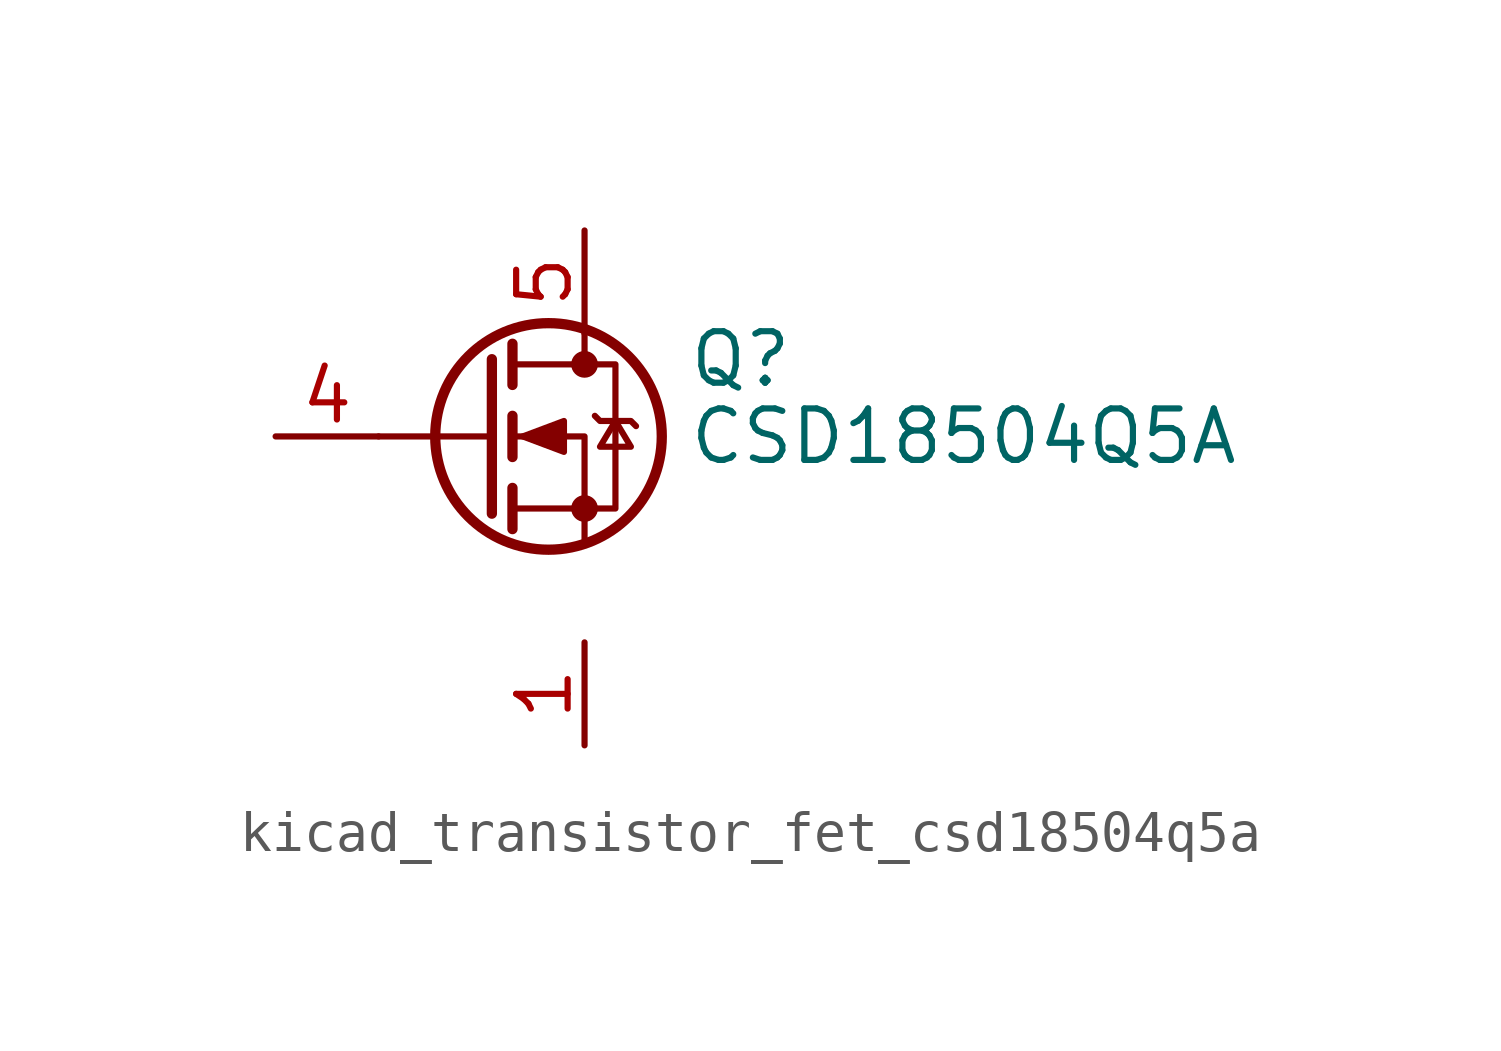
<source format=kicad_sym>
(kicad_symbol_lib
  (version 20220914)
  (generator kicad_symbol_editor)
  (symbol "kicad_transistor_fet_csd18504q5a"
    (pin_names hide)
    (property "Reference" "Q"
      (at 5.08 1.905 0)
      (effects (font (size 1.27 1.27)) (justify left)))
    (property "Value" "CSD18504Q5A"
      (at 5.08 0 0)
      (effects (font (size 1.27 1.27)) (justify left)))
    (symbol "kicad_transistor_fet_csd18504q5a_0_1"
      (polyline (pts (xy 0.254 0) (xy -2.54 0)) (stroke (width 0) (type default)) (fill (type none)))
      (polyline (pts (xy 0.254 1.905) (xy 0.254 -1.905)) (stroke (width 0.254) (type default)) (fill (type none)))
      (polyline (pts (xy 0.762 -1.27) (xy 0.762 -2.286)) (stroke (width 0.254) (type default)) (fill (type none)))
      (polyline (pts (xy 0.762 0.508) (xy 0.762 -0.508)) (stroke (width 0.254) (type default)) (fill (type none)))
      (polyline (pts (xy 0.762 2.286) (xy 0.762 1.27)) (stroke (width 0.254) (type default)) (fill (type none)))
      (polyline (pts (xy 2.54 2.54) (xy 2.54 1.778)) (stroke (width 0) (type default)) (fill (type none)))
      (polyline (pts (xy 2.54 -2.54) (xy 2.54 0) (xy 0.762 0)) (stroke (width 0) (type default)) (fill (type none)))
      (polyline (pts (xy 0.762 -1.778) (xy 3.302 -1.778) (xy 3.302 1.778) (xy 0.762 1.778)) (stroke (width 0) (type default)) (fill (type none)))
      (polyline (pts (xy 1.016 0) (xy 2.032 0.381) (xy 2.032 -0.381) (xy 1.016 0)) (stroke (width 0) (type default)) (fill (type outline)))
      (polyline (pts (xy 2.794 0.508) (xy 2.921 0.381) (xy 3.683 0.381) (xy 3.81 0.254)) (stroke (width 0) (type default)) (fill (type none)))
      (polyline (pts (xy 3.302 0.381) (xy 2.921 -0.254) (xy 3.683 -0.254) (xy 3.302 0.381)) (stroke (width 0) (type default)) (fill (type none)))
      (circle (center 1.651 0) (radius 2.794) (stroke (width 0.254) (type default)) (fill (type none)))
      (circle (center 2.54 -1.778) (radius 0.254) (stroke (width 0) (type default)) (fill (type outline)))
      (circle (center 2.54 1.778) (radius 0.254) (stroke (width 0) (type default)) (fill (type outline))))
    (symbol "kicad_transistor_fet_csd18504q5a_1_1"
      (pin passive line (at 2.54 -5.08 270) (length 2.54) (name "S" (effects (font (size 1.27 1.27)))) (number "1" (effects (font (size 1.27 1.27)))))
      (pin passive line (at 2.54 -5.08 270) (length 2.54) hide (name "S" (effects (font (size 1.27 1.27)))) (number "2" (effects (font (size 1.27 1.27)))))
      (pin passive line (at 2.54 -5.08 90) (length 2.54) hide (name "S" (effects (font (size 1.27 1.27)))) (number "3" (effects (font (size 1.27 1.27)))))
      (pin passive line (at -5.08 0 0) (length 2.54) (name "G" (effects (font (size 1.27 1.27)))) (number "4" (effects (font (size 1.27 1.27)))))
      (pin passive line (at 2.54 5.08 270) (length 2.54) (name "D" (effects (font (size 1.27 1.27)))) (number "5" (effects (font (size 1.27 1.27))))))))
</source>
